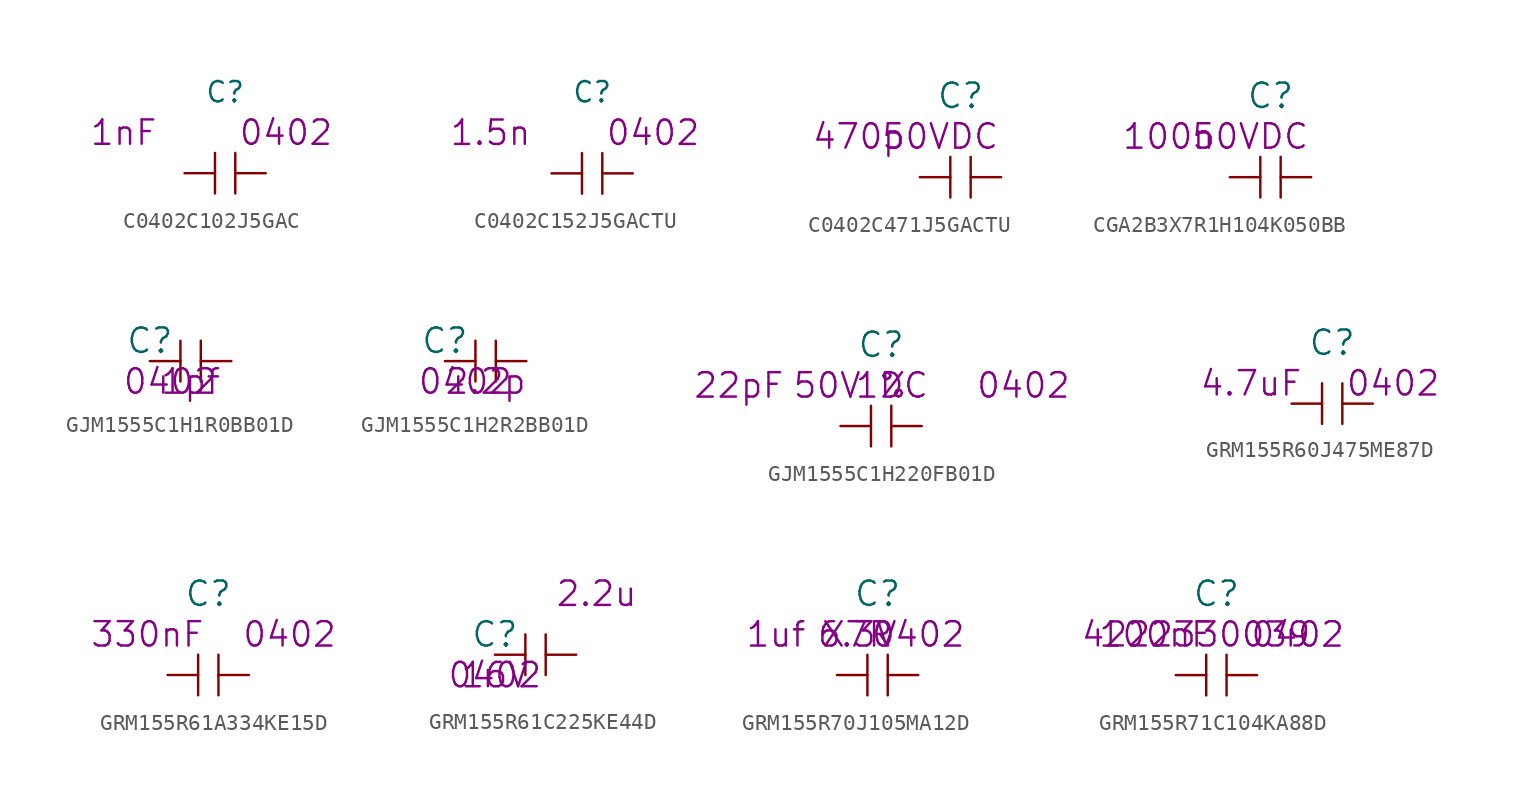
<source format=kicad_sym>
(kicad_symbol_lib
  (version 20220914)
  (generator kicad_symbol_editor)
  (symbol "C0402C102J5GAC"
    (pin_numbers hide)
    (pin_names
      (offset 1.016) hide)
    (property "Reference" "C"
      (at 0 5.08 0)
      (effects (font (size 1.27 1.27))))
    (property "Datasheet" ""
      (at 0 5.08 0)
      (effects (font (size 1.524 1.524))))
    (property "Value2" "1nF"
      (at -6.35 2.54 0)
      (effects (font (size 1.524 1.524))))
    (property "Size" "0402"
      (at 3.81 2.54 0)
      (effects (font (size 1.524 1.524))))
    (symbol "C0402C102J5GAC_0_1"
      (polyline (pts (xy -0.635 -1.27) (xy -0.635 1.27)) (stroke (width 0) (type solid)) (fill (type none)))
      (polyline (pts (xy 0.635 1.27) (xy 0.635 -1.27)) (stroke (width 0) (type solid)) (fill (type none))))
    (symbol "C0402C102J5GAC_1_1"
      (pin passive line (at -2.54 0 0) (length 1.905) (name "1" (effects (font (size 1.27 1.27)))) (number "1" (effects (font (size 1.27 1.27)))))
      (pin passive line (at 2.54 0 180) (length 1.905) (name "2" (effects (font (size 1.27 1.27)))) (number "2" (effects (font (size 1.27 1.27)))))))
  (symbol "C0402C152J5GACTU"
    (pin_numbers hide)
    (pin_names
      (offset 1.016) hide)
    (property "Reference" "C"
      (at 0 5.08 0)
      (effects (font (size 1.27 1.27))))
    (property "Datasheet" ""
      (at 0 5.08 0)
      (effects (font (size 1.524 1.524))))
    (property "Value2" "1.5n"
      (at -6.35 2.54 0)
      (effects (font (size 1.524 1.524))))
    (property "Size" "0402"
      (at 3.81 2.54 0)
      (effects (font (size 1.524 1.524))))
    (symbol "C0402C152J5GACTU_0_1"
      (polyline (pts (xy -0.635 -1.27) (xy -0.635 1.27)) (stroke (width 0) (type solid)) (fill (type none)))
      (polyline (pts (xy 0.635 1.27) (xy 0.635 -1.27)) (stroke (width 0) (type solid)) (fill (type none))))
    (symbol "C0402C152J5GACTU_1_1"
      (pin passive line (at -2.54 0 0) (length 1.905) (name "1" (effects (font (size 1.27 1.27)))) (number "1" (effects (font (size 1.27 1.27)))))
      (pin passive line (at 2.54 0 180) (length 1.905) (name "2" (effects (font (size 1.27 1.27)))) (number "2" (effects (font (size 1.27 1.27)))))))
  (symbol "C0402C471J5GACTU"
    (pin_numbers hide)
    (pin_names
      (offset 1.016) hide)
    (property "Reference" "C"
      (at 0 5.08 0)
      (effects (font (size 1.524 1.524))))
    (property "Datasheet" ""
      (at 0 5.08 0)
      (effects (font (size 1.524 1.524))))
    (property "Value2" "470p"
      (at -6.35 2.54 0)
      (effects (font (size 1.524 1.524))))
    (property "Rating" "50VDC"
      (at -1.27 2.54 0)
      (effects (font (size 1.524 1.524))))
    (symbol "C0402C471J5GACTU_0_1"
      (polyline (pts (xy -0.635 -1.27) (xy -0.635 1.27)) (stroke (width 0) (type solid)) (fill (type none)))
      (polyline (pts (xy 0.635 1.27) (xy 0.635 -1.27)) (stroke (width 0) (type solid)) (fill (type none))))
    (symbol "C0402C471J5GACTU_1_1"
      (pin passive line (at -2.54 0 0) (length 1.905) (name "1" (effects (font (size 1.27 1.27)))) (number "1" (effects (font (size 1.27 1.27)))))
      (pin passive line (at 2.54 0 180) (length 1.905) (name "2" (effects (font (size 1.27 1.27)))) (number "2" (effects (font (size 1.27 1.27)))))))
  (symbol "CGA2B3X7R1H104K050BB"
    (pin_numbers hide)
    (pin_names
      (offset 1.016) hide)
    (property "Reference" "C"
      (at 0 5.08 0)
      (effects (font (size 1.524 1.524))))
    (property "Datasheet" ""
      (at 0 5.08 0)
      (effects (font (size 1.524 1.524))))
    (property "Value2" "100n"
      (at -6.35 2.54 0)
      (effects (font (size 1.524 1.524))))
    (property "Rating" "50VDC"
      (at -1.27 2.54 0)
      (effects (font (size 1.524 1.524))))
    (symbol "CGA2B3X7R1H104K050BB_0_1"
      (polyline (pts (xy -0.635 -1.27) (xy -0.635 1.27)) (stroke (width 0) (type solid)) (fill (type none)))
      (polyline (pts (xy 0.635 1.27) (xy 0.635 -1.27)) (stroke (width 0) (type solid)) (fill (type none))))
    (symbol "CGA2B3X7R1H104K050BB_1_1"
      (pin passive line (at -2.54 0 0) (length 1.905) (name "1" (effects (font (size 1.27 1.27)))) (number "1" (effects (font (size 1.27 1.27)))))
      (pin passive line (at 2.54 0 180) (length 1.905) (name "2" (effects (font (size 1.27 1.27)))) (number "2" (effects (font (size 1.27 1.27)))))))
  (symbol "GJM1555C1H1R0BB01D"
    (pin_numbers hide)
    (pin_names
      (offset 1.016) hide)
    (property "Reference" "C"
      (at -2.54 1.27 0)
      (effects (font (size 1.524 1.524))))
    (property "Datasheet" ""
      (at -2.54 1.27 0)
      (effects (font (size 1.524 1.524))))
    (property "Value2" "1pf"
      (at 0 -1.27 0)
      (effects (font (size 1.524 1.524))))
    (property "Size" "0402"
      (at -1.27 -1.27 0)
      (effects (font (size 1.524 1.524))))
    (symbol "GJM1555C1H1R0BB01D_0_1"
      (polyline (pts (xy -0.635 -1.27) (xy -0.635 1.27)) (stroke (width 0) (type solid)) (fill (type none)))
      (polyline (pts (xy 0.635 1.27) (xy 0.635 -1.27)) (stroke (width 0) (type solid)) (fill (type none))))
    (symbol "GJM1555C1H1R0BB01D_1_1"
      (pin passive line (at -2.54 0 0) (length 1.905) (name "1" (effects (font (size 1.27 1.27)))) (number "1" (effects (font (size 1.27 1.27)))))
      (pin unspecified line (at 2.54 0 180) (length 1.905) (name "2" (effects (font (size 1.27 1.27)))) (number "2" (effects (font (size 1.27 1.27)))))))
  (symbol "GJM1555C1H2R2BB01D"
    (pin_numbers hide)
    (pin_names
      (offset 1.016) hide)
    (property "Reference" "C"
      (at -2.54 1.27 0)
      (effects (font (size 1.524 1.524))))
    (property "Datasheet" ""
      (at -2.54 1.27 0)
      (effects (font (size 1.524 1.524))))
    (property "Value2" "2.2p"
      (at 0 -1.27 0)
      (effects (font (size 1.524 1.524))))
    (property "Size" "0402"
      (at -1.27 -1.27 0)
      (effects (font (size 1.524 1.524))))
    (symbol "GJM1555C1H2R2BB01D_0_1"
      (polyline (pts (xy -0.635 -1.27) (xy -0.635 1.27)) (stroke (width 0) (type solid)) (fill (type none)))
      (polyline (pts (xy 0.635 1.27) (xy 0.635 -1.27)) (stroke (width 0) (type solid)) (fill (type none))))
    (symbol "GJM1555C1H2R2BB01D_1_1"
      (pin passive line (at -2.54 0 0) (length 1.905) (name "1" (effects (font (size 1.27 1.27)))) (number "1" (effects (font (size 1.27 1.27)))))
      (pin unspecified line (at 2.54 0 180) (length 1.905) (name "2" (effects (font (size 1.27 1.27)))) (number "2" (effects (font (size 1.27 1.27)))))))
  (symbol "GJM1555C1H220FB01D"
    (pin_numbers hide)
    (pin_names
      (offset 1.016) hide)
    (property "Reference" "C"
      (at 0 5.08 0)
      (effects (font (size 1.524 1.524))))
    (property "Datasheet" ""
      (at 0 0 0)
      (effects (font (size 1.524 1.524))))
    (property "Value2" "22pF"
      (at -8.89 2.54 0)
      (effects (font (size 1.524 1.524))))
    (property "Size" "0402"
      (at 8.89 2.54 0)
      (effects (font (size 1.524 1.524))))
    (property "Tolerance" "1%"
      (at 0 2.54 0)
      (effects (font (size 1.524 1.524))))
    (property "Rating" "50V DC"
      (at -1.27 2.54 0)
      (effects (font (size 1.524 1.524))))
    (symbol "GJM1555C1H220FB01D_0_1"
      (polyline (pts (xy -0.635 -1.27) (xy -0.635 1.27)) (stroke (width 0) (type solid)) (fill (type none)))
      (polyline (pts (xy 0.635 1.27) (xy 0.635 -1.27)) (stroke (width 0) (type solid)) (fill (type none))))
    (symbol "GJM1555C1H220FB01D_1_1"
      (pin passive line (at -2.54 0 0) (length 1.905) (name "1" (effects (font (size 1.27 1.27)))) (number "1" (effects (font (size 1.27 1.27)))))
      (pin passive line (at 2.54 0 180) (length 1.905) (name "2" (effects (font (size 1.27 1.27)))) (number "2" (effects (font (size 1.27 1.27)))))))
  (symbol "GRM155R60J475ME87D"
    (pin_numbers hide)
    (pin_names
      (offset 1.016) hide)
    (property "Reference" "C"
      (at 0 3.81 0)
      (effects (font (size 1.524 1.524))))
    (property "Datasheet" ""
      (at -2.54 1.27 0)
      (effects (font (size 1.524 1.524))))
    (property "Value2" "4.7uF"
      (at -5.08 1.27 0)
      (effects (font (size 1.524 1.524))))
    (property "Size" "0402"
      (at 3.81 1.27 0)
      (effects (font (size 1.524 1.524))))
    (symbol "GRM155R60J475ME87D_0_1"
      (polyline (pts (xy -0.635 -1.27) (xy -0.635 1.27)) (stroke (width 0) (type solid)) (fill (type none)))
      (polyline (pts (xy 0.635 1.27) (xy 0.635 -1.27)) (stroke (width 0) (type solid)) (fill (type none))))
    (symbol "GRM155R60J475ME87D_1_1"
      (pin passive line (at -2.54 0 0) (length 1.905) (name "1" (effects (font (size 1.27 1.27)))) (number "1" (effects (font (size 1.27 1.27)))))
      (pin passive line (at 2.54 0 180) (length 1.905) (name "2" (effects (font (size 1.27 1.27)))) (number "2" (effects (font (size 1.27 1.27)))))))
  (symbol "GRM155R61A334KE15D"
    (pin_numbers hide)
    (pin_names
      (offset 1.016) hide)
    (property "Reference" "C"
      (at 0 5.08 0)
      (effects (font (size 1.524 1.524))))
    (property "Datasheet" ""
      (at 0 5.08 0)
      (effects (font (size 1.524 1.524))))
    (property "Value2" "330nF"
      (at -3.81 2.54 0)
      (effects (font (size 1.524 1.524))))
    (property "Size" "0402"
      (at 5.08 2.54 0)
      (effects (font (size 1.524 1.524))))
    (symbol "GRM155R61A334KE15D_0_1"
      (polyline (pts (xy -0.635 -1.27) (xy -0.635 1.27)) (stroke (width 0) (type solid)) (fill (type none)))
      (polyline (pts (xy 0.635 1.27) (xy 0.635 -1.27)) (stroke (width 0) (type solid)) (fill (type none))))
    (symbol "GRM155R61A334KE15D_1_1"
      (pin passive line (at -2.54 0 0) (length 1.905) (name "1" (effects (font (size 1.27 1.27)))) (number "1" (effects (font (size 1.27 1.27)))))
      (pin passive line (at 2.54 0 180) (length 1.905) (name "2" (effects (font (size 1.27 1.27)))) (number "2" (effects (font (size 1.27 1.27)))))))
  (symbol "GRM155R61C225KE44D"
    (pin_numbers hide)
    (pin_names
      (offset 1.016) hide)
    (property "Reference" "C"
      (at -2.54 1.27 0)
      (effects (font (size 1.524 1.524))))
    (property "Value2" "2.2u"
      (at 3.81 3.81 0)
      (effects (font (size 1.524 1.524))))
    (property "Voltage" "16V"
      (at -2.54 -1.27 0)
      (effects (font (size 1.524 1.524))))
    (property "Size" "0402"
      (at -2.54 -1.27 0)
      (effects (font (size 1.524 1.524))))
    (symbol "GRM155R61C225KE44D_0_1"
      (polyline (pts (xy -0.635 -1.27) (xy -0.635 1.27)) (stroke (width 0) (type solid)) (fill (type none)))
      (polyline (pts (xy 0.635 1.27) (xy 0.635 -1.27)) (stroke (width 0) (type solid)) (fill (type none))))
    (symbol "GRM155R61C225KE44D_1_1"
      (pin input line (at -2.54 0 0) (length 1.905) (name "1" (effects (font (size 1.27 1.27)))) (number "1" (effects (font (size 1.27 1.27)))))
      (pin input line (at 2.54 0 180) (length 1.905) (name "2" (effects (font (size 1.27 1.27)))) (number "2" (effects (font (size 1.27 1.27)))))))
  (symbol "GRM155R70J105MA12D"
    (pin_numbers hide)
    (pin_names
      (offset 1.016) hide)
    (property "Reference" "C"
      (at 0 5.08 0)
      (effects (font (size 1.524 1.524))))
    (property "Size" "0402"
      (at 2.54 2.54 0)
      (effects (font (size 1.524 1.524))))
    (property "Value2" "1uf"
      (at -6.35 2.54 0)
      (effects (font (size 1.524 1.524))))
    (property "Rating" "6.3V"
      (at -1.27 2.54 0)
      (effects (font (size 1.524 1.524))))
    (property "Dielectric" "X7R"
      (at -1.27 2.54 0)
      (effects (font (size 1.524 1.524))))
    (symbol "GRM155R70J105MA12D_0_1"
      (polyline (pts (xy -0.635 -1.27) (xy -0.635 1.27)) (stroke (width 0) (type solid)) (fill (type none)))
      (polyline (pts (xy 0.635 1.27) (xy 0.635 -1.27)) (stroke (width 0) (type solid)) (fill (type none))))
    (symbol "GRM155R70J105MA12D_1_1"
      (pin passive line (at -2.54 0 0) (length 1.905) (name "1" (effects (font (size 1.27 1.27)))) (number "1" (effects (font (size 1.27 1.27)))))
      (pin passive line (at 2.54 0 180) (length 1.905) (name "2" (effects (font (size 1.27 1.27)))) (number "2" (effects (font (size 1.27 1.27)))))))
  (symbol "GRM155R71C104KA88D"
    (pin_numbers hide)
    (pin_names
      (offset 1.016) hide)
    (property "Reference" "C"
      (at 0 5.08 0)
      (effects (font (size 1.524 1.524))))
    (property "Value2" "100nF"
      (at -3.81 2.54 0)
      (effects (font (size 1.524 1.524))))
    (property "Size" "0402"
      (at 5.08 2.54 0)
      (effects (font (size 1.524 1.524))))
    (property "AC" "4222330039"
      (at -1.27 2.54 0)
      (effects (font (size 1.499 1.499))))
    (symbol "GRM155R71C104KA88D_0_1"
      (polyline (pts (xy -0.635 -1.27) (xy -0.635 1.27)) (stroke (width 0) (type solid)) (fill (type none)))
      (polyline (pts (xy 0.635 1.27) (xy 0.635 -1.27)) (stroke (width 0) (type solid)) (fill (type none))))
    (symbol "GRM155R71C104KA88D_1_1"
      (pin passive line (at -2.54 0 0) (length 1.905) (name "1" (effects (font (size 1.27 1.27)))) (number "1" (effects (font (size 1.27 1.27)))))
      (pin passive line (at 2.54 0 180) (length 1.905) (name "2" (effects (font (size 1.27 1.27)))) (number "2" (effects (font (size 1.27 1.27))))))))
</source>
